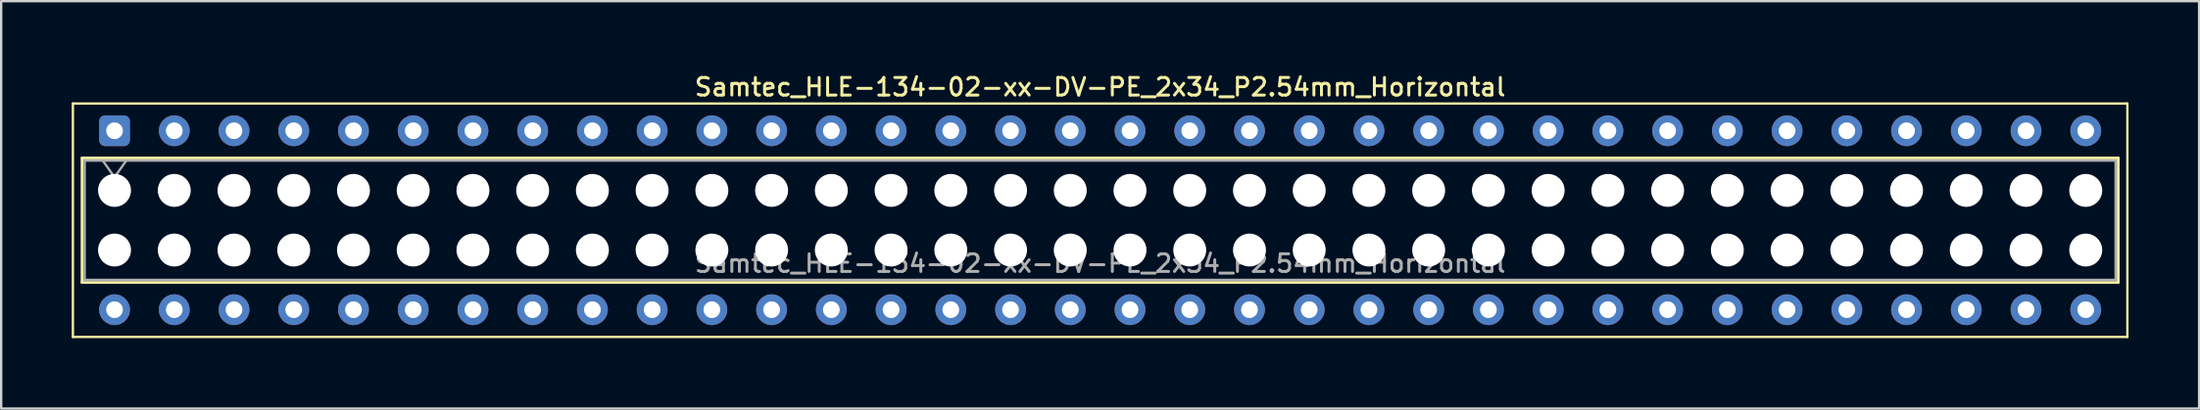
<source format=kicad_pcb>
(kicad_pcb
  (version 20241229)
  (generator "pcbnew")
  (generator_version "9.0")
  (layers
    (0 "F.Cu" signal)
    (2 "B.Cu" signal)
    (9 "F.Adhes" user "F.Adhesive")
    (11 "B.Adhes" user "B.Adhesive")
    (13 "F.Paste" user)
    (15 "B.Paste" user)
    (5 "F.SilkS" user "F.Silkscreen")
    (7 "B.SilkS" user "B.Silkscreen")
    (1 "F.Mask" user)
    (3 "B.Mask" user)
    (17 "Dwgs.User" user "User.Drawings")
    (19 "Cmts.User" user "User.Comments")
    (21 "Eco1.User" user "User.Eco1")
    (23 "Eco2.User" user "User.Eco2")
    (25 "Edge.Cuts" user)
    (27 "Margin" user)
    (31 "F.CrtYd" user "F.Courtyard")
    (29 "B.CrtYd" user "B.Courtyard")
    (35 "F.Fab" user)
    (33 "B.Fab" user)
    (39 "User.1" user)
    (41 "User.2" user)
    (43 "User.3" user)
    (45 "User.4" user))
  (footprint "Samtec_HLE-134-02-xx-DV-PE_2x34_P2.54mm_Horizontal"
    (layer "F.Cu")
    (at 1.82 2.518)
    (property "Reference" "Samtec_HLE-134-02-xx-DV-PE_2x34_P2.54mm_Horizontal" (at 41.91 -1.86 0) (layer "F.SilkS") (effects (font (size 0.75 0.75) (thickness 0.125))))
    (attr through_hole)
    (fp_line (start -1.77 -1.16) (end 85.59 -1.16) (stroke (width 0.1) (type solid)) (layer "F.SilkS"))
    (fp_line (start -1.77 8.78) (end -1.77 -1.16) (stroke (width 0.1) (type solid)) (layer "F.SilkS"))
    (fp_line (start -1.38 1.16) (end 85.2 1.16) (stroke (width 0.12) (type solid)) (layer "F.SilkS"))
    (fp_line (start -1.38 6.46) (end -1.38 1.16) (stroke (width 0.12) (type solid)) (layer "F.SilkS"))
    (fp_line (start 85.2 1.16) (end 85.2 6.46) (stroke (width 0.12) (type solid)) (layer "F.SilkS"))
    (fp_line (start 85.2 6.46) (end -1.38 6.46) (stroke (width 0.12) (type solid)) (layer "F.SilkS"))
    (fp_line (start 85.59 -1.16) (end 85.59 8.78) (stroke (width 0.1) (type solid)) (layer "F.SilkS"))
    (fp_line (start 85.59 8.78) (end -1.77 8.78) (stroke (width 0.1) (type solid)) (layer "F.SilkS"))
    (fp_line (start -1.27 1.27) (end 85.09 1.27) (stroke (width 0.1) (type solid)) (layer "F.Fab"))
    (fp_line (start -1.27 6.35) (end -1.27 1.27) (stroke (width 0.1) (type solid)) (layer "F.Fab"))
    (fp_line (start -0.5 1.27) (end 0 1.977) (stroke (width 0.1) (type solid)) (layer "F.Fab"))
    (fp_line (start 0 1.977) (end 0.5 1.27) (stroke (width 0.1) (type solid)) (layer "F.Fab"))
    (fp_line (start 85.09 1.27) (end 85.09 6.35) (stroke (width 0.1) (type solid)) (layer "F.Fab"))
    (fp_line (start 85.09 6.35) (end -1.27 6.35) (stroke (width 0.1) (type solid)) (layer "F.Fab"))
    (fp_text user "${REFERENCE}" (at 41.91 5.65 0) (layer "F.Fab") (effects (font (size 0.75 0.75) (thickness 0.125))))
    (pad "" np_thru_hole circle (at 0 2.54) (size 1.4 1.4) (drill 1.4) (layers "*.Cu" "*.Mask"))
    (pad "" np_thru_hole circle (at 0 5.08) (size 1.4 1.4) (drill 1.4) (layers "*.Cu" "*.Mask"))
    (pad "" np_thru_hole circle (at 2.54 2.54) (size 1.4 1.4) (drill 1.4) (layers "*.Cu" "*.Mask"))
    (pad "" np_thru_hole circle (at 2.54 5.08) (size 1.4 1.4) (drill 1.4) (layers "*.Cu" "*.Mask"))
    (pad "" np_thru_hole circle (at 5.08 2.54) (size 1.4 1.4) (drill 1.4) (layers "*.Cu" "*.Mask"))
    (pad "" np_thru_hole circle (at 5.08 5.08) (size 1.4 1.4) (drill 1.4) (layers "*.Cu" "*.Mask"))
    (pad "" np_thru_hole circle (at 7.62 2.54) (size 1.4 1.4) (drill 1.4) (layers "*.Cu" "*.Mask"))
    (pad "" np_thru_hole circle (at 7.62 5.08) (size 1.4 1.4) (drill 1.4) (layers "*.Cu" "*.Mask"))
    (pad "" np_thru_hole circle (at 10.16 2.54) (size 1.4 1.4) (drill 1.4) (layers "*.Cu" "*.Mask"))
    (pad "" np_thru_hole circle (at 10.16 5.08) (size 1.4 1.4) (drill 1.4) (layers "*.Cu" "*.Mask"))
    (pad "" np_thru_hole circle (at 12.7 2.54) (size 1.4 1.4) (drill 1.4) (layers "*.Cu" "*.Mask"))
    (pad "" np_thru_hole circle (at 12.7 5.08) (size 1.4 1.4) (drill 1.4) (layers "*.Cu" "*.Mask"))
    (pad "" np_thru_hole circle (at 15.24 2.54) (size 1.4 1.4) (drill 1.4) (layers "*.Cu" "*.Mask"))
    (pad "" np_thru_hole circle (at 15.24 5.08) (size 1.4 1.4) (drill 1.4) (layers "*.Cu" "*.Mask"))
    (pad "" np_thru_hole circle (at 17.78 2.54) (size 1.4 1.4) (drill 1.4) (layers "*.Cu" "*.Mask"))
    (pad "" np_thru_hole circle (at 17.78 5.08) (size 1.4 1.4) (drill 1.4) (layers "*.Cu" "*.Mask"))
    (pad "" np_thru_hole circle (at 20.32 2.54) (size 1.4 1.4) (drill 1.4) (layers "*.Cu" "*.Mask"))
    (pad "" np_thru_hole circle (at 20.32 5.08) (size 1.4 1.4) (drill 1.4) (layers "*.Cu" "*.Mask"))
    (pad "" np_thru_hole circle (at 22.86 2.54) (size 1.4 1.4) (drill 1.4) (layers "*.Cu" "*.Mask"))
    (pad "" np_thru_hole circle (at 22.86 5.08) (size 1.4 1.4) (drill 1.4) (layers "*.Cu" "*.Mask"))
    (pad "" np_thru_hole circle (at 25.4 2.54) (size 1.4 1.4) (drill 1.4) (layers "*.Cu" "*.Mask"))
    (pad "" np_thru_hole circle (at 25.4 5.08) (size 1.4 1.4) (drill 1.4) (layers "*.Cu" "*.Mask"))
    (pad "" np_thru_hole circle (at 27.94 2.54) (size 1.4 1.4) (drill 1.4) (layers "*.Cu" "*.Mask"))
    (pad "" np_thru_hole circle (at 27.94 5.08) (size 1.4 1.4) (drill 1.4) (layers "*.Cu" "*.Mask"))
    (pad "" np_thru_hole circle (at 30.48 2.54) (size 1.4 1.4) (drill 1.4) (layers "*.Cu" "*.Mask"))
    (pad "" np_thru_hole circle (at 30.48 5.08) (size 1.4 1.4) (drill 1.4) (layers "*.Cu" "*.Mask"))
    (pad "" np_thru_hole circle (at 33.02 2.54) (size 1.4 1.4) (drill 1.4) (layers "*.Cu" "*.Mask"))
    (pad "" np_thru_hole circle (at 33.02 5.08) (size 1.4 1.4) (drill 1.4) (layers "*.Cu" "*.Mask"))
    (pad "" np_thru_hole circle (at 35.56 2.54) (size 1.4 1.4) (drill 1.4) (layers "*.Cu" "*.Mask"))
    (pad "" np_thru_hole circle (at 35.56 5.08) (size 1.4 1.4) (drill 1.4) (layers "*.Cu" "*.Mask"))
    (pad "" np_thru_hole circle (at 38.1 2.54) (size 1.4 1.4) (drill 1.4) (layers "*.Cu" "*.Mask"))
    (pad "" np_thru_hole circle (at 38.1 5.08) (size 1.4 1.4) (drill 1.4) (layers "*.Cu" "*.Mask"))
    (pad "" np_thru_hole circle (at 40.64 2.54) (size 1.4 1.4) (drill 1.4) (layers "*.Cu" "*.Mask"))
    (pad "" np_thru_hole circle (at 40.64 5.08) (size 1.4 1.4) (drill 1.4) (layers "*.Cu" "*.Mask"))
    (pad "" np_thru_hole circle (at 43.18 2.54) (size 1.4 1.4) (drill 1.4) (layers "*.Cu" "*.Mask"))
    (pad "" np_thru_hole circle (at 43.18 5.08) (size 1.4 1.4) (drill 1.4) (layers "*.Cu" "*.Mask"))
    (pad "" np_thru_hole circle (at 45.72 2.54) (size 1.4 1.4) (drill 1.4) (layers "*.Cu" "*.Mask"))
    (pad "" np_thru_hole circle (at 45.72 5.08) (size 1.4 1.4) (drill 1.4) (layers "*.Cu" "*.Mask"))
    (pad "" np_thru_hole circle (at 48.26 2.54) (size 1.4 1.4) (drill 1.4) (layers "*.Cu" "*.Mask"))
    (pad "" np_thru_hole circle (at 48.26 5.08) (size 1.4 1.4) (drill 1.4) (layers "*.Cu" "*.Mask"))
    (pad "" np_thru_hole circle (at 50.8 2.54) (size 1.4 1.4) (drill 1.4) (layers "*.Cu" "*.Mask"))
    (pad "" np_thru_hole circle (at 50.8 5.08) (size 1.4 1.4) (drill 1.4) (layers "*.Cu" "*.Mask"))
    (pad "" np_thru_hole circle (at 53.34 2.54) (size 1.4 1.4) (drill 1.4) (layers "*.Cu" "*.Mask"))
    (pad "" np_thru_hole circle (at 53.34 5.08) (size 1.4 1.4) (drill 1.4) (layers "*.Cu" "*.Mask"))
    (pad "" np_thru_hole circle (at 55.88 2.54) (size 1.4 1.4) (drill 1.4) (layers "*.Cu" "*.Mask"))
    (pad "" np_thru_hole circle (at 55.88 5.08) (size 1.4 1.4) (drill 1.4) (layers "*.Cu" "*.Mask"))
    (pad "" np_thru_hole circle (at 58.42 2.54) (size 1.4 1.4) (drill 1.4) (layers "*.Cu" "*.Mask"))
    (pad "" np_thru_hole circle (at 58.42 5.08) (size 1.4 1.4) (drill 1.4) (layers "*.Cu" "*.Mask"))
    (pad "" np_thru_hole circle (at 60.96 2.54) (size 1.4 1.4) (drill 1.4) (layers "*.Cu" "*.Mask"))
    (pad "" np_thru_hole circle (at 60.96 5.08) (size 1.4 1.4) (drill 1.4) (layers "*.Cu" "*.Mask"))
    (pad "" np_thru_hole circle (at 63.5 2.54) (size 1.4 1.4) (drill 1.4) (layers "*.Cu" "*.Mask"))
    (pad "" np_thru_hole circle (at 63.5 5.08) (size 1.4 1.4) (drill 1.4) (layers "*.Cu" "*.Mask"))
    (pad "" np_thru_hole circle (at 66.04 2.54) (size 1.4 1.4) (drill 1.4) (layers "*.Cu" "*.Mask"))
    (pad "" np_thru_hole circle (at 66.04 5.08) (size 1.4 1.4) (drill 1.4) (layers "*.Cu" "*.Mask"))
    (pad "" np_thru_hole circle (at 68.58 2.54) (size 1.4 1.4) (drill 1.4) (layers "*.Cu" "*.Mask"))
    (pad "" np_thru_hole circle (at 68.58 5.08) (size 1.4 1.4) (drill 1.4) (layers "*.Cu" "*.Mask"))
    (pad "" np_thru_hole circle (at 71.12 2.54) (size 1.4 1.4) (drill 1.4) (layers "*.Cu" "*.Mask"))
    (pad "" np_thru_hole circle (at 71.12 5.08) (size 1.4 1.4) (drill 1.4) (layers "*.Cu" "*.Mask"))
    (pad "" np_thru_hole circle (at 73.66 2.54) (size 1.4 1.4) (drill 1.4) (layers "*.Cu" "*.Mask"))
    (pad "" np_thru_hole circle (at 73.66 5.08) (size 1.4 1.4) (drill 1.4) (layers "*.Cu" "*.Mask"))
    (pad "" np_thru_hole circle (at 76.2 2.54) (size 1.4 1.4) (drill 1.4) (layers "*.Cu" "*.Mask"))
    (pad "" np_thru_hole circle (at 76.2 5.08) (size 1.4 1.4) (drill 1.4) (layers "*.Cu" "*.Mask"))
    (pad "" np_thru_hole circle (at 78.74 2.54) (size 1.4 1.4) (drill 1.4) (layers "*.Cu" "*.Mask"))
    (pad "" np_thru_hole circle (at 78.74 5.08) (size 1.4 1.4) (drill 1.4) (layers "*.Cu" "*.Mask"))
    (pad "" np_thru_hole circle (at 81.28 2.54) (size 1.4 1.4) (drill 1.4) (layers "*.Cu" "*.Mask"))
    (pad "" np_thru_hole circle (at 81.28 5.08) (size 1.4 1.4) (drill 1.4) (layers "*.Cu" "*.Mask"))
    (pad "" np_thru_hole circle (at 83.82 2.54) (size 1.4 1.4) (drill 1.4) (layers "*.Cu" "*.Mask"))
    (pad "" np_thru_hole circle (at 83.82 5.08) (size 1.4 1.4) (drill 1.4) (layers "*.Cu" "*.Mask"))
    (pad "1" thru_hole roundrect (at 0 0) (size 1.31 1.31) (drill 0.71) (layers "*.Cu" "*.Mask") (roundrect_rratio 0.191))
    (pad "2" thru_hole circle (at 0 7.62) (size 1.31 1.31) (drill 0.71) (layers "*.Cu" "*.Mask"))
    (pad "3" thru_hole circle (at 2.54 0) (size 1.31 1.31) (drill 0.71) (layers "*.Cu" "*.Mask"))
    (pad "4" thru_hole circle (at 2.54 7.62) (size 1.31 1.31) (drill 0.71) (layers "*.Cu" "*.Mask"))
    (pad "5" thru_hole circle (at 5.08 0) (size 1.31 1.31) (drill 0.71) (layers "*.Cu" "*.Mask"))
    (pad "6" thru_hole circle (at 5.08 7.62) (size 1.31 1.31) (drill 0.71) (layers "*.Cu" "*.Mask"))
    (pad "7" thru_hole circle (at 7.62 0) (size 1.31 1.31) (drill 0.71) (layers "*.Cu" "*.Mask"))
    (pad "8" thru_hole circle (at 7.62 7.62) (size 1.31 1.31) (drill 0.71) (layers "*.Cu" "*.Mask"))
    (pad "9" thru_hole circle (at 10.16 0) (size 1.31 1.31) (drill 0.71) (layers "*.Cu" "*.Mask"))
    (pad "10" thru_hole circle (at 10.16 7.62) (size 1.31 1.31) (drill 0.71) (layers "*.Cu" "*.Mask"))
    (pad "11" thru_hole circle (at 12.7 0) (size 1.31 1.31) (drill 0.71) (layers "*.Cu" "*.Mask"))
    (pad "12" thru_hole circle (at 12.7 7.62) (size 1.31 1.31) (drill 0.71) (layers "*.Cu" "*.Mask"))
    (pad "13" thru_hole circle (at 15.24 0) (size 1.31 1.31) (drill 0.71) (layers "*.Cu" "*.Mask"))
    (pad "14" thru_hole circle (at 15.24 7.62) (size 1.31 1.31) (drill 0.71) (layers "*.Cu" "*.Mask"))
    (pad "15" thru_hole circle (at 17.78 0) (size 1.31 1.31) (drill 0.71) (layers "*.Cu" "*.Mask"))
    (pad "16" thru_hole circle (at 17.78 7.62) (size 1.31 1.31) (drill 0.71) (layers "*.Cu" "*.Mask"))
    (pad "17" thru_hole circle (at 20.32 0) (size 1.31 1.31) (drill 0.71) (layers "*.Cu" "*.Mask"))
    (pad "18" thru_hole circle (at 20.32 7.62) (size 1.31 1.31) (drill 0.71) (layers "*.Cu" "*.Mask"))
    (pad "19" thru_hole circle (at 22.86 0) (size 1.31 1.31) (drill 0.71) (layers "*.Cu" "*.Mask"))
    (pad "20" thru_hole circle (at 22.86 7.62) (size 1.31 1.31) (drill 0.71) (layers "*.Cu" "*.Mask"))
    (pad "21" thru_hole circle (at 25.4 0) (size 1.31 1.31) (drill 0.71) (layers "*.Cu" "*.Mask"))
    (pad "22" thru_hole circle (at 25.4 7.62) (size 1.31 1.31) (drill 0.71) (layers "*.Cu" "*.Mask"))
    (pad "23" thru_hole circle (at 27.94 0) (size 1.31 1.31) (drill 0.71) (layers "*.Cu" "*.Mask"))
    (pad "24" thru_hole circle (at 27.94 7.62) (size 1.31 1.31) (drill 0.71) (layers "*.Cu" "*.Mask"))
    (pad "25" thru_hole circle (at 30.48 0) (size 1.31 1.31) (drill 0.71) (layers "*.Cu" "*.Mask"))
    (pad "26" thru_hole circle (at 30.48 7.62) (size 1.31 1.31) (drill 0.71) (layers "*.Cu" "*.Mask"))
    (pad "27" thru_hole circle (at 33.02 0) (size 1.31 1.31) (drill 0.71) (layers "*.Cu" "*.Mask"))
    (pad "28" thru_hole circle (at 33.02 7.62) (size 1.31 1.31) (drill 0.71) (layers "*.Cu" "*.Mask"))
    (pad "29" thru_hole circle (at 35.56 0) (size 1.31 1.31) (drill 0.71) (layers "*.Cu" "*.Mask"))
    (pad "30" thru_hole circle (at 35.56 7.62) (size 1.31 1.31) (drill 0.71) (layers "*.Cu" "*.Mask"))
    (pad "31" thru_hole circle (at 38.1 0) (size 1.31 1.31) (drill 0.71) (layers "*.Cu" "*.Mask"))
    (pad "32" thru_hole circle (at 38.1 7.62) (size 1.31 1.31) (drill 0.71) (layers "*.Cu" "*.Mask"))
    (pad "33" thru_hole circle (at 40.64 0) (size 1.31 1.31) (drill 0.71) (layers "*.Cu" "*.Mask"))
    (pad "34" thru_hole circle (at 40.64 7.62) (size 1.31 1.31) (drill 0.71) (layers "*.Cu" "*.Mask"))
    (pad "35" thru_hole circle (at 43.18 0) (size 1.31 1.31) (drill 0.71) (layers "*.Cu" "*.Mask"))
    (pad "36" thru_hole circle (at 43.18 7.62) (size 1.31 1.31) (drill 0.71) (layers "*.Cu" "*.Mask"))
    (pad "37" thru_hole circle (at 45.72 0) (size 1.31 1.31) (drill 0.71) (layers "*.Cu" "*.Mask"))
    (pad "38" thru_hole circle (at 45.72 7.62) (size 1.31 1.31) (drill 0.71) (layers "*.Cu" "*.Mask"))
    (pad "39" thru_hole circle (at 48.26 0) (size 1.31 1.31) (drill 0.71) (layers "*.Cu" "*.Mask"))
    (pad "40" thru_hole circle (at 48.26 7.62) (size 1.31 1.31) (drill 0.71) (layers "*.Cu" "*.Mask"))
    (pad "41" thru_hole circle (at 50.8 0) (size 1.31 1.31) (drill 0.71) (layers "*.Cu" "*.Mask"))
    (pad "42" thru_hole circle (at 50.8 7.62) (size 1.31 1.31) (drill 0.71) (layers "*.Cu" "*.Mask"))
    (pad "43" thru_hole circle (at 53.34 0) (size 1.31 1.31) (drill 0.71) (layers "*.Cu" "*.Mask"))
    (pad "44" thru_hole circle (at 53.34 7.62) (size 1.31 1.31) (drill 0.71) (layers "*.Cu" "*.Mask"))
    (pad "45" thru_hole circle (at 55.88 0) (size 1.31 1.31) (drill 0.71) (layers "*.Cu" "*.Mask"))
    (pad "46" thru_hole circle (at 55.88 7.62) (size 1.31 1.31) (drill 0.71) (layers "*.Cu" "*.Mask"))
    (pad "47" thru_hole circle (at 58.42 0) (size 1.31 1.31) (drill 0.71) (layers "*.Cu" "*.Mask"))
    (pad "48" thru_hole circle (at 58.42 7.62) (size 1.31 1.31) (drill 0.71) (layers "*.Cu" "*.Mask"))
    (pad "49" thru_hole circle (at 60.96 0) (size 1.31 1.31) (drill 0.71) (layers "*.Cu" "*.Mask"))
    (pad "50" thru_hole circle (at 60.96 7.62) (size 1.31 1.31) (drill 0.71) (layers "*.Cu" "*.Mask"))
    (pad "51" thru_hole circle (at 63.5 0) (size 1.31 1.31) (drill 0.71) (layers "*.Cu" "*.Mask"))
    (pad "52" thru_hole circle (at 63.5 7.62) (size 1.31 1.31) (drill 0.71) (layers "*.Cu" "*.Mask"))
    (pad "53" thru_hole circle (at 66.04 0) (size 1.31 1.31) (drill 0.71) (layers "*.Cu" "*.Mask"))
    (pad "54" thru_hole circle (at 66.04 7.62) (size 1.31 1.31) (drill 0.71) (layers "*.Cu" "*.Mask"))
    (pad "55" thru_hole circle (at 68.58 0) (size 1.31 1.31) (drill 0.71) (layers "*.Cu" "*.Mask"))
    (pad "56" thru_hole circle (at 68.58 7.62) (size 1.31 1.31) (drill 0.71) (layers "*.Cu" "*.Mask"))
    (pad "57" thru_hole circle (at 71.12 0) (size 1.31 1.31) (drill 0.71) (layers "*.Cu" "*.Mask"))
    (pad "58" thru_hole circle (at 71.12 7.62) (size 1.31 1.31) (drill 0.71) (layers "*.Cu" "*.Mask"))
    (pad "59" thru_hole circle (at 73.66 0) (size 1.31 1.31) (drill 0.71) (layers "*.Cu" "*.Mask"))
    (pad "60" thru_hole circle (at 73.66 7.62) (size 1.31 1.31) (drill 0.71) (layers "*.Cu" "*.Mask"))
    (pad "61" thru_hole circle (at 76.2 0) (size 1.31 1.31) (drill 0.71) (layers "*.Cu" "*.Mask"))
    (pad "62" thru_hole circle (at 76.2 7.62) (size 1.31 1.31) (drill 0.71) (layers "*.Cu" "*.Mask"))
    (pad "63" thru_hole circle (at 78.74 0) (size 1.31 1.31) (drill 0.71) (layers "*.Cu" "*.Mask"))
    (pad "64" thru_hole circle (at 78.74 7.62) (size 1.31 1.31) (drill 0.71) (layers "*.Cu" "*.Mask"))
    (pad "65" thru_hole circle (at 81.28 0) (size 1.31 1.31) (drill 0.71) (layers "*.Cu" "*.Mask"))
    (pad "66" thru_hole circle (at 81.28 7.62) (size 1.31 1.31) (drill 0.71) (layers "*.Cu" "*.Mask"))
    (pad "67" thru_hole circle (at 83.82 0) (size 1.31 1.31) (drill 0.71) (layers "*.Cu" "*.Mask"))
    (pad "68" thru_hole circle (at 83.82 7.62) (size 1.31 1.31) (drill 0.71) (layers "*.Cu" "*.Mask")))
  (gr_rect
    (start -3 -3)
    (end 90.46 14.348)
    (stroke (width 0.1) (type default))
    (fill no)
    (layer "Edge.Cuts")))
</source>
